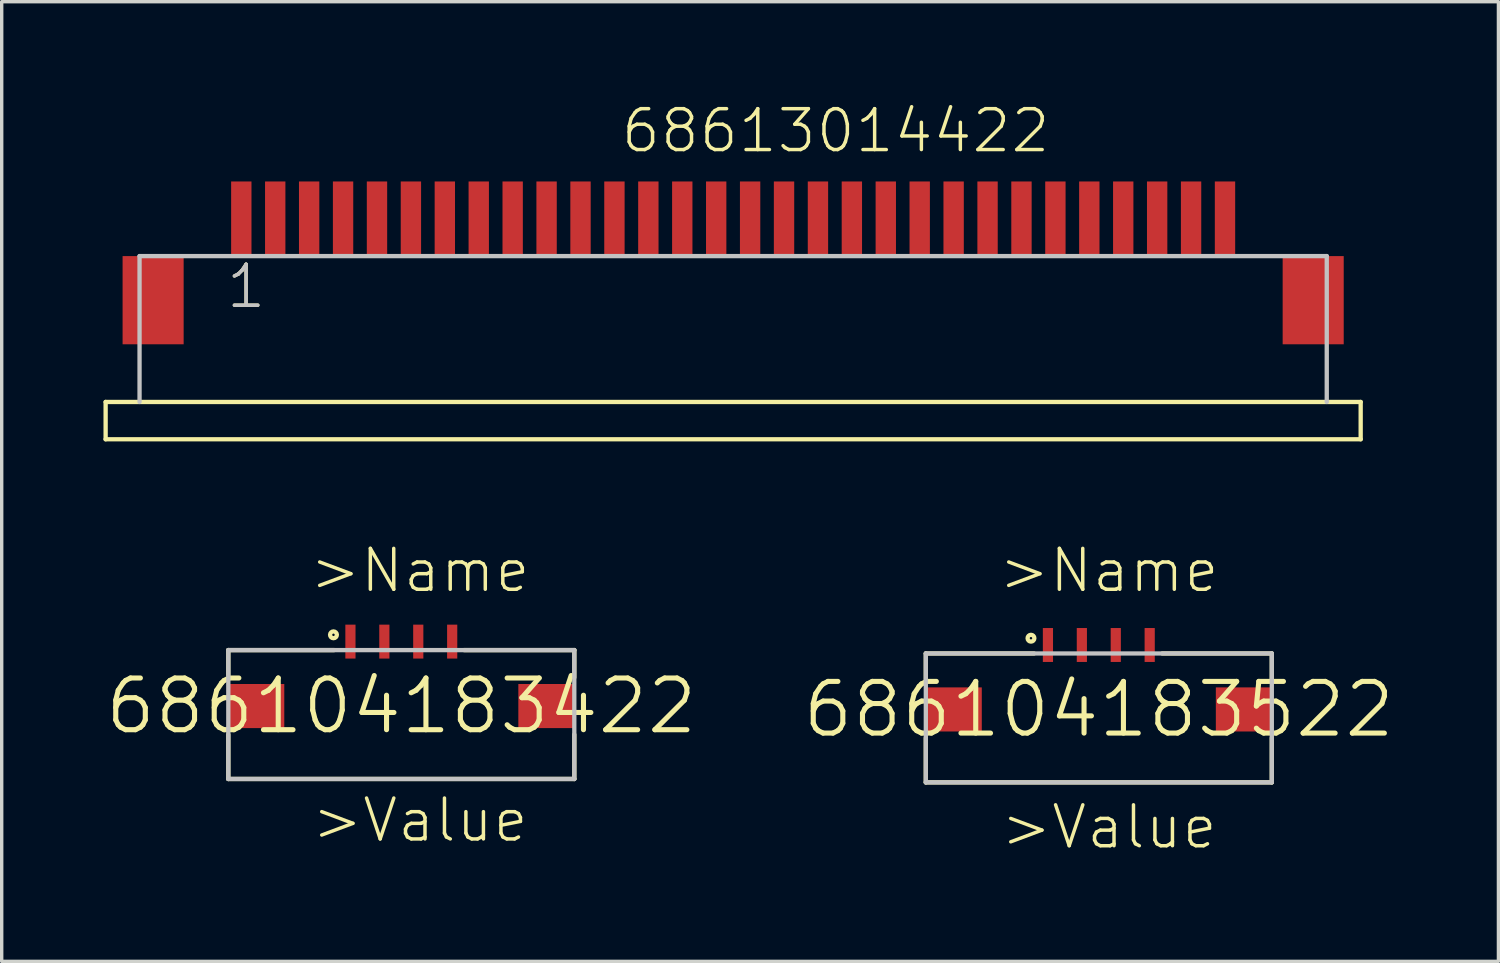
<source format=kicad_pcb>
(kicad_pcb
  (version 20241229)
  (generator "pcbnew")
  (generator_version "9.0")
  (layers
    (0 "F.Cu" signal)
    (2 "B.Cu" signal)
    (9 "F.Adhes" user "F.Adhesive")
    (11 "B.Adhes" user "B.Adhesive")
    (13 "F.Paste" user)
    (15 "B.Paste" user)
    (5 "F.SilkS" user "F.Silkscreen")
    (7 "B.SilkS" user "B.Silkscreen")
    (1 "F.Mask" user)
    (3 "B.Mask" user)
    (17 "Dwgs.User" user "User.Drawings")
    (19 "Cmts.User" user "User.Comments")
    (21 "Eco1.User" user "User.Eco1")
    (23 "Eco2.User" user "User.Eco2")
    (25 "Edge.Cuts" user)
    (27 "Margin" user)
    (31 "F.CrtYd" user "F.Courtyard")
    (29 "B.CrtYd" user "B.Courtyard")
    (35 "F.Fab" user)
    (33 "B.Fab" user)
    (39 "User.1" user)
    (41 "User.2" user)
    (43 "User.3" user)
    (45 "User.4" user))
  (footprint "68613014422"
    (layer "F.Cu")
    (at 18.564 5.8)
    (property "Reference" "68613014422" (at -3.362 -4.288 0) (layer "F.SilkS") (effects (font (size 1.206 1.206) (thickness 0.102)) (justify left bottom)))
    (attr through_hole)
    (fp_line (start -18.5 3) (end 18.5 3) (stroke (width 0.127) (type solid)) (layer "F.SilkS"))
    (fp_line (start -18.5 4.1) (end -18.5 3) (stroke (width 0.127) (type solid)) (layer "F.SilkS"))
    (fp_line (start 18.5 3) (end 18.5 4.1) (stroke (width 0.127) (type solid)) (layer "F.SilkS"))
    (fp_line (start 18.5 4.1) (end -18.5 4.1) (stroke (width 0.127) (type solid)) (layer "F.SilkS"))
    (fp_line (start -17.5 -1.3) (end 17.5 -1.3) (stroke (width 0.127) (type solid)) (layer "Dwgs.User"))
    (fp_line (start -17.5 3) (end -17.5 -1.3) (stroke (width 0.127) (type solid)) (layer "Dwgs.User"))
    (fp_line (start 17.5 -1.3) (end 17.5 3) (stroke (width 0.127) (type solid)) (layer "Dwgs.User"))
    (fp_text user "1" (at -15 0.3 0) (layer "F.SilkS") (effects (font (size 1.206 1.206) (thickness 0.102)) (justify left bottom)))
    (fp_text user "1" (at -15 0.3 0) (layer "Dwgs.User") (effects (font (size 1.206 1.206) (thickness 0.102)) (justify left bottom)))
    (pad "1" smd rect (at -14.5 -2.4) (size 0.6 2.2) (layers "F.Cu" "F.Mask" "F.Paste"))
    (pad "2" smd rect (at -13.5 -2.4) (size 0.6 2.2) (layers "F.Cu" "F.Mask" "F.Paste"))
    (pad "3" smd rect (at -12.5 -2.4) (size 0.6 2.2) (layers "F.Cu" "F.Mask" "F.Paste"))
    (pad "4" smd rect (at -11.5 -2.4) (size 0.6 2.2) (layers "F.Cu" "F.Mask" "F.Paste"))
    (pad "5" smd rect (at -10.5 -2.4) (size 0.6 2.2) (layers "F.Cu" "F.Mask" "F.Paste"))
    (pad "6" smd rect (at -9.5 -2.4) (size 0.6 2.2) (layers "F.Cu" "F.Mask" "F.Paste"))
    (pad "7" smd rect (at -8.5 -2.4) (size 0.6 2.2) (layers "F.Cu" "F.Mask" "F.Paste"))
    (pad "8" smd rect (at -7.5 -2.4) (size 0.6 2.2) (layers "F.Cu" "F.Mask" "F.Paste"))
    (pad "9" smd rect (at -6.5 -2.4) (size 0.6 2.2) (layers "F.Cu" "F.Mask" "F.Paste"))
    (pad "10" smd rect (at -5.5 -2.4) (size 0.6 2.2) (layers "F.Cu" "F.Mask" "F.Paste"))
    (pad "11" smd rect (at -4.5 -2.4) (size 0.6 2.2) (layers "F.Cu" "F.Mask" "F.Paste"))
    (pad "12" smd rect (at -3.5 -2.4) (size 0.6 2.2) (layers "F.Cu" "F.Mask" "F.Paste"))
    (pad "13" smd rect (at -2.5 -2.4) (size 0.6 2.2) (layers "F.Cu" "F.Mask" "F.Paste"))
    (pad "14" smd rect (at -1.5 -2.4) (size 0.6 2.2) (layers "F.Cu" "F.Mask" "F.Paste"))
    (pad "15" smd rect (at -0.5 -2.4) (size 0.6 2.2) (layers "F.Cu" "F.Mask" "F.Paste"))
    (pad "16" smd rect (at 0.5 -2.4) (size 0.6 2.2) (layers "F.Cu" "F.Mask" "F.Paste"))
    (pad "17" smd rect (at 1.5 -2.4) (size 0.6 2.2) (layers "F.Cu" "F.Mask" "F.Paste"))
    (pad "18" smd rect (at 2.5 -2.4) (size 0.6 2.2) (layers "F.Cu" "F.Mask" "F.Paste"))
    (pad "19" smd rect (at 3.5 -2.4) (size 0.6 2.2) (layers "F.Cu" "F.Mask" "F.Paste"))
    (pad "20" smd rect (at 4.5 -2.4) (size 0.6 2.2) (layers "F.Cu" "F.Mask" "F.Paste"))
    (pad "21" smd rect (at 5.5 -2.4) (size 0.6 2.2) (layers "F.Cu" "F.Mask" "F.Paste"))
    (pad "22" smd rect (at 6.5 -2.4) (size 0.6 2.2) (layers "F.Cu" "F.Mask" "F.Paste"))
    (pad "23" smd rect (at 7.5 -2.4) (size 0.6 2.2) (layers "F.Cu" "F.Mask" "F.Paste"))
    (pad "24" smd rect (at 8.5 -2.4) (size 0.6 2.2) (layers "F.Cu" "F.Mask" "F.Paste"))
    (pad "25" smd rect (at 9.5 -2.4) (size 0.6 2.2) (layers "F.Cu" "F.Mask" "F.Paste"))
    (pad "26" smd rect (at 10.5 -2.4) (size 0.6 2.2) (layers "F.Cu" "F.Mask" "F.Paste"))
    (pad "27" smd rect (at 11.5 -2.4) (size 0.6 2.2) (layers "F.Cu" "F.Mask" "F.Paste"))
    (pad "28" smd rect (at 12.5 -2.4) (size 0.6 2.2) (layers "F.Cu" "F.Mask" "F.Paste"))
    (pad "29" smd rect (at 13.5 -2.4) (size 0.6 2.2) (layers "F.Cu" "F.Mask" "F.Paste"))
    (pad "30" smd rect (at 14.5 -2.4) (size 0.6 2.2) (layers "F.Cu" "F.Mask" "F.Paste"))
    (pad "Z1" smd rect (at -17.1 0) (size 1.8 2.6) (layers "F.Cu" "F.Mask" "F.Paste"))
    (pad "Z2" smd rect (at 17.1 0) (size 1.8 2.6) (layers "F.Cu" "F.Mask" "F.Paste")))
  (footprint "686104183522"
    (layer "F.Cu")
    (at 29.344 17.865)
    (property "Reference" "686104183522" (at 0 0 0) (layer "F.SilkS") (effects (font (size 1.524 1.524) (thickness 0.15))))
    (attr through_hole)
    (fp_line (start -5.1 -1.65) (end -5.1 -0.87) (stroke (width 0.127) (type solid)) (layer "F.SilkS"))
    (fp_line (start -5.1 0.84) (end -5.1 2.15) (stroke (width 0.127) (type solid)) (layer "F.SilkS"))
    (fp_line (start -5.1 2.15) (end 5.1 2.15) (stroke (width 0.127) (type solid)) (layer "F.SilkS"))
    (fp_line (start -1.91 -1.65) (end -5.1 -1.65) (stroke (width 0.127) (type solid)) (layer "F.SilkS"))
    (fp_line (start 1.87 -1.65) (end 5.1 -1.65) (stroke (width 0.127) (type solid)) (layer "F.SilkS"))
    (fp_line (start 5.1 -1.65) (end 5.1 -0.86) (stroke (width 0.127) (type solid)) (layer "F.SilkS"))
    (fp_line (start 5.1 2.15) (end 5.1 0.84) (stroke (width 0.127) (type solid)) (layer "F.SilkS"))
    (fp_circle (center -2 -2.1) (end -1.9 -2.1) (stroke (width 0.127) (type solid)) (fill no) (layer "F.SilkS"))
    (fp_line (start -5.1 -1.65) (end 5.1 -1.65) (stroke (width 0.127) (type solid)) (layer "Dwgs.User"))
    (fp_line (start -5.1 2.15) (end -5.1 -1.65) (stroke (width 0.127) (type solid)) (layer "Dwgs.User"))
    (fp_line (start 5.1 -1.65) (end 5.1 2.15) (stroke (width 0.127) (type solid)) (layer "Dwgs.User"))
    (fp_line (start 5.1 2.15) (end -5.1 2.15) (stroke (width 0.127) (type solid)) (layer "Dwgs.User"))
    (fp_text user ">Name" (at -3.01 -3.39 0) (layer "F.SilkS") (effects (font (size 1.206 1.206) (thickness 0.102)) (justify left bottom)))
    (fp_text user ">Value" (at -2.95 4.17 0) (layer "F.SilkS") (effects (font (size 1.206 1.206) (thickness 0.102)) (justify left bottom)))
    (pad "1" smd rect (at -1.5 -1.9 90) (size 1 0.3) (layers "F.Cu" "F.Mask" "F.Paste"))
    (pad "2" smd rect (at -0.5 -1.9 90) (size 1 0.3) (layers "F.Cu" "F.Mask" "F.Paste"))
    (pad "3" smd rect (at 0.5 -1.9 90) (size 1 0.3) (layers "F.Cu" "F.Mask" "F.Paste"))
    (pad "4" smd rect (at 1.5 -1.9 90) (size 1 0.3) (layers "F.Cu" "F.Mask" "F.Paste"))
    (pad "Z1" smd rect (at -4.275 0) (size 1.65 1.3) (layers "F.Cu" "F.Mask" "F.Paste"))
    (pad "Z2" smd rect (at 4.275 0) (size 1.65 1.3) (layers "F.Cu" "F.Mask" "F.Paste")))
  (footprint "686104183422"
    (layer "F.Cu")
    (at 8.781 17.765)
    (property "Reference" "686104183422" (at 0 0 0) (layer "F.SilkS") (effects (font (size 1.524 1.524) (thickness 0.15))))
    (attr through_hole)
    (fp_line (start -5.1 -1.65) (end -5.1 -0.92) (stroke (width 0.127) (type solid)) (layer "F.SilkS"))
    (fp_line (start -5.1 0.84) (end -5.1 2.15) (stroke (width 0.127) (type solid)) (layer "F.SilkS"))
    (fp_line (start -5.1 2.15) (end 5.1 2.15) (stroke (width 0.127) (type solid)) (layer "F.SilkS"))
    (fp_line (start -1.98 -1.65) (end -5.1 -1.65) (stroke (width 0.127) (type solid)) (layer "F.SilkS"))
    (fp_line (start 1.85 -1.65) (end 5.1 -1.65) (stroke (width 0.127) (type solid)) (layer "F.SilkS"))
    (fp_line (start 5.1 -1.65) (end 5.1 -0.84) (stroke (width 0.127) (type solid)) (layer "F.SilkS"))
    (fp_line (start 5.1 2.15) (end 5.1 0.84) (stroke (width 0.127) (type solid)) (layer "F.SilkS"))
    (fp_circle (center -2 -2.1) (end -1.9 -2.1) (stroke (width 0.127) (type solid)) (fill no) (layer "F.SilkS"))
    (fp_line (start -5.1 -1.65) (end 5.1 -1.65) (stroke (width 0.127) (type solid)) (layer "Dwgs.User"))
    (fp_line (start -5.1 2.15) (end -5.1 -1.65) (stroke (width 0.127) (type solid)) (layer "Dwgs.User"))
    (fp_line (start 5.1 -1.65) (end 5.1 2.15) (stroke (width 0.127) (type solid)) (layer "Dwgs.User"))
    (fp_line (start 5.1 2.15) (end -5.1 2.15) (stroke (width 0.127) (type solid)) (layer "Dwgs.User"))
    (fp_text user ">Value" (at -2.7 4.07 0) (layer "F.SilkS") (effects (font (size 1.206 1.206) (thickness 0.102)) (justify left bottom)))
    (fp_text user ">Name" (at -2.76 -3.29 0) (layer "F.SilkS") (effects (font (size 1.206 1.206) (thickness 0.102)) (justify left bottom)))
    (pad "1" smd rect (at -1.5 -1.9 90) (size 1 0.3) (layers "F.Cu" "F.Mask" "F.Paste"))
    (pad "2" smd rect (at -0.5 -1.9 90) (size 1 0.3) (layers "F.Cu" "F.Mask" "F.Paste"))
    (pad "3" smd rect (at 0.5 -1.9 90) (size 1 0.3) (layers "F.Cu" "F.Mask" "F.Paste"))
    (pad "4" smd rect (at 1.5 -1.9 90) (size 1 0.3) (layers "F.Cu" "F.Mask" "F.Paste"))
    (pad "Z1" smd rect (at -4.275 0) (size 1.65 1.3) (layers "F.Cu" "F.Mask" "F.Paste"))
    (pad "Z2" smd rect (at 4.275 0) (size 1.65 1.3) (layers "F.Cu" "F.Mask" "F.Paste")))
  (gr_rect
    (start -3 -3)
    (end 41.125 25.292)
    (stroke (width 0.1) (type default))
    (fill no)
    (layer "Edge.Cuts")))
</source>
